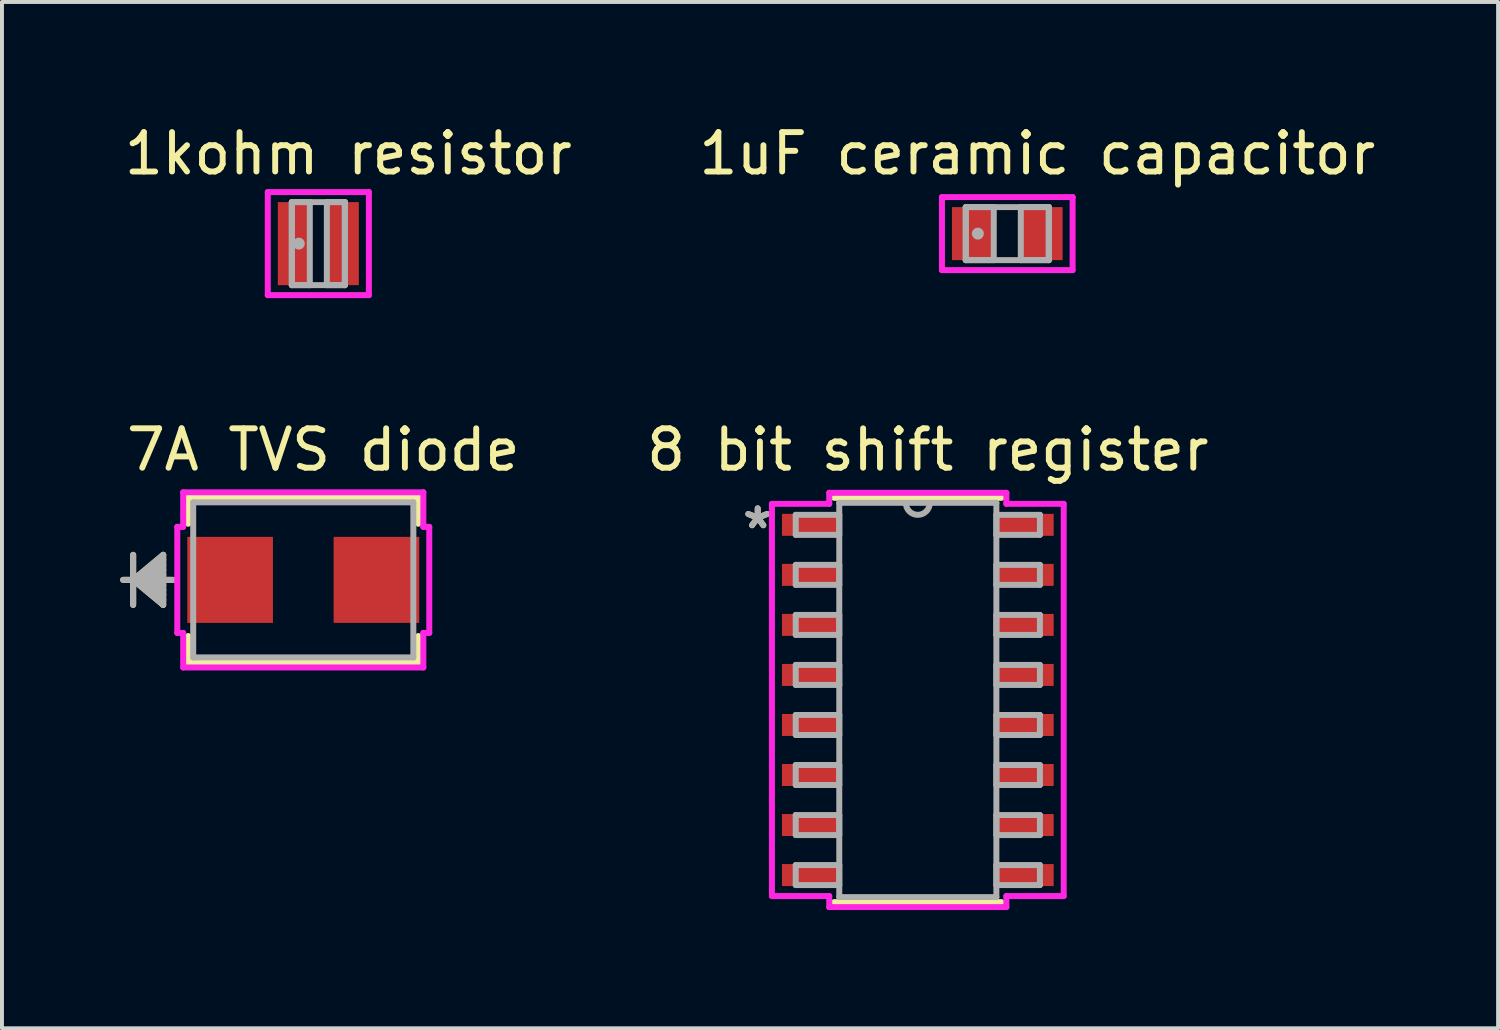
<source format=kicad_pcb>
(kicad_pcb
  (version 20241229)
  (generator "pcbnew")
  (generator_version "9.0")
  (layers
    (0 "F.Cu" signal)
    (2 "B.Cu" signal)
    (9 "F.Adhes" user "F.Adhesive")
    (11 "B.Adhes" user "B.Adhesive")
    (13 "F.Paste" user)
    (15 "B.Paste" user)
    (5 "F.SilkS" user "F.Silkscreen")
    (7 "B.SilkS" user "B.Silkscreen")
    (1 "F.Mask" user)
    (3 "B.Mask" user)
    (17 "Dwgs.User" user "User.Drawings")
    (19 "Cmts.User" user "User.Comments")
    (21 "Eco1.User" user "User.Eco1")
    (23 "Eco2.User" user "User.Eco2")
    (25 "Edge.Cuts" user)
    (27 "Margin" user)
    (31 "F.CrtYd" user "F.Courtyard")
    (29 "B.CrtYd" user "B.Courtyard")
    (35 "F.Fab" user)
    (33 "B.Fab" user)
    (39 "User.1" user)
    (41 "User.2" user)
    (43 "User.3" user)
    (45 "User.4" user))
  (footprint "1kohm resistor"
    (layer "F.Cu")
    (at 5.03 3.134)
    (property "Reference" "1kohm resistor" (at 0.762 -2.286 0) (layer "F.SilkS") (effects (font (size 1 1) (thickness 0.15))))
    (attr through_hole)
    (fp_line (start -1.283 -1.308) (end 1.283 -1.308) (stroke (width 0.152) (type solid)) (layer "F.CrtYd"))
    (fp_line (start -1.283 1.308) (end -1.283 -1.308) (stroke (width 0.152) (type solid)) (layer "F.CrtYd"))
    (fp_line (start 1.283 -1.308) (end 1.283 1.308) (stroke (width 0.152) (type solid)) (layer "F.CrtYd"))
    (fp_line (start 1.283 1.308) (end -1.283 1.308) (stroke (width 0.152) (type solid)) (layer "F.CrtYd"))
    (fp_line (start -0.673 -1.054) (end -0.673 1.054) (stroke (width 0.152) (type solid)) (layer "F.Fab"))
    (fp_line (start -0.673 -1.054) (end -0.673 1.054) (stroke (width 0.152) (type solid)) (layer "F.Fab"))
    (fp_line (start -0.673 1.054) (end -0.216 1.054) (stroke (width 0.152) (type solid)) (layer "F.Fab"))
    (fp_line (start -0.673 1.054) (end 0.673 1.054) (stroke (width 0.152) (type solid)) (layer "F.Fab"))
    (fp_line (start -0.216 -1.054) (end -0.673 -1.054) (stroke (width 0.152) (type solid)) (layer "F.Fab"))
    (fp_line (start -0.216 1.054) (end -0.216 -1.054) (stroke (width 0.152) (type solid)) (layer "F.Fab"))
    (fp_line (start 0.216 -1.054) (end 0.216 1.054) (stroke (width 0.152) (type solid)) (layer "F.Fab"))
    (fp_line (start 0.216 1.054) (end 0.673 1.054) (stroke (width 0.152) (type solid)) (layer "F.Fab"))
    (fp_line (start 0.673 -1.054) (end -0.673 -1.054) (stroke (width 0.152) (type solid)) (layer "F.Fab"))
    (fp_line (start 0.673 -1.054) (end 0.216 -1.054) (stroke (width 0.152) (type solid)) (layer "F.Fab"))
    (fp_line (start 0.673 1.054) (end 0.673 -1.054) (stroke (width 0.152) (type solid)) (layer "F.Fab"))
    (fp_line (start 0.673 1.054) (end 0.673 -1.054) (stroke (width 0.152) (type solid)) (layer "F.Fab"))
    (fp_circle (center -0.495 0) (end -0.419 0) (stroke (width 0.152) (type solid)) (fill no) (layer "F.Fab"))
    (pad "1" smd rect (at -0.622 0) (size 0.813 2.108) (layers "F.Cu" "F.Mask" "F.Paste"))
    (pad "2" smd rect (at 0.622 0) (size 0.813 2.108) (layers "F.Cu" "F.Mask" "F.Paste")))
  (footprint "7A TVS diode"
    (layer "F.Cu")
    (at 4.648 11.669)
    (property "Reference" "7A TVS diode" (at 0.508 -3.302 0) (layer "F.SilkS") (effects (font (size 1 1) (thickness 0.15))))
    (attr through_hole)
    (fp_line (start -4.318 -0.635) (end -4.318 0.635) (stroke (width 0.152) (type solid)) (layer "F.SilkS"))
    (fp_line (start -4.318 0) (end -3.556 -0.635) (stroke (width 0.152) (type solid)) (layer "F.SilkS"))
    (fp_line (start -4.318 0) (end -3.556 -0.508) (stroke (width 0.152) (type solid)) (layer "F.SilkS"))
    (fp_line (start -4.318 0) (end -3.556 -0.381) (stroke (width 0.152) (type solid)) (layer "F.SilkS"))
    (fp_line (start -4.318 0) (end -3.556 -0.254) (stroke (width 0.152) (type solid)) (layer "F.SilkS"))
    (fp_line (start -4.318 0) (end -3.556 -0.127) (stroke (width 0.152) (type solid)) (layer "F.SilkS"))
    (fp_line (start -4.318 0) (end -3.556 0.127) (stroke (width 0.152) (type solid)) (layer "F.SilkS"))
    (fp_line (start -4.318 0) (end -3.556 0.254) (stroke (width 0.152) (type solid)) (layer "F.SilkS"))
    (fp_line (start -4.318 0) (end -3.556 0.381) (stroke (width 0.152) (type solid)) (layer "F.SilkS"))
    (fp_line (start -4.318 0) (end -3.556 0.508) (stroke (width 0.152) (type solid)) (layer "F.SilkS"))
    (fp_line (start -4.318 0) (end -3.556 0.635) (stroke (width 0.152) (type solid)) (layer "F.SilkS"))
    (fp_line (start -3.556 -0.635) (end -3.556 0.635) (stroke (width 0.152) (type solid)) (layer "F.SilkS"))
    (fp_line (start -3.302 0) (end -4.572 0) (stroke (width 0.152) (type solid)) (layer "F.SilkS"))
    (fp_line (start -2.921 -2.095) (end -2.921 -1.425) (stroke (width 0.152) (type solid)) (layer "F.SilkS"))
    (fp_line (start -2.921 1.425) (end -2.921 2.095) (stroke (width 0.152) (type solid)) (layer "F.SilkS"))
    (fp_line (start -2.921 2.095) (end 2.921 2.095) (stroke (width 0.152) (type solid)) (layer "F.SilkS"))
    (fp_line (start 2.921 -2.095) (end -2.921 -2.095) (stroke (width 0.152) (type solid)) (layer "F.SilkS"))
    (fp_line (start 2.921 -1.425) (end 2.921 -2.095) (stroke (width 0.152) (type solid)) (layer "F.SilkS"))
    (fp_line (start 2.921 2.095) (end 2.921 1.425) (stroke (width 0.152) (type solid)) (layer "F.SilkS"))
    (fp_line (start -3.198 -1.346) (end -3.048 -1.346) (stroke (width 0.152) (type solid)) (layer "F.CrtYd"))
    (fp_line (start -3.198 1.346) (end -3.198 -1.346) (stroke (width 0.152) (type solid)) (layer "F.CrtYd"))
    (fp_line (start -3.048 -2.223) (end 3.048 -2.223) (stroke (width 0.152) (type solid)) (layer "F.CrtYd"))
    (fp_line (start -3.048 -1.346) (end -3.048 -2.223) (stroke (width 0.152) (type solid)) (layer "F.CrtYd"))
    (fp_line (start -3.048 1.346) (end -3.198 1.346) (stroke (width 0.152) (type solid)) (layer "F.CrtYd"))
    (fp_line (start -3.048 2.223) (end -3.048 1.346) (stroke (width 0.152) (type solid)) (layer "F.CrtYd"))
    (fp_line (start 3.048 -2.223) (end 3.048 -1.346) (stroke (width 0.152) (type solid)) (layer "F.CrtYd"))
    (fp_line (start 3.048 -1.346) (end 3.198 -1.346) (stroke (width 0.152) (type solid)) (layer "F.CrtYd"))
    (fp_line (start 3.048 1.346) (end 3.048 2.223) (stroke (width 0.152) (type solid)) (layer "F.CrtYd"))
    (fp_line (start 3.048 2.223) (end -3.048 2.223) (stroke (width 0.152) (type solid)) (layer "F.CrtYd"))
    (fp_line (start 3.198 -1.346) (end 3.198 1.346) (stroke (width 0.152) (type solid)) (layer "F.CrtYd"))
    (fp_line (start 3.198 1.346) (end 3.048 1.346) (stroke (width 0.152) (type solid)) (layer "F.CrtYd"))
    (fp_line (start -4.318 -0.635) (end -4.318 0.635) (stroke (width 0.152) (type solid)) (layer "F.Fab"))
    (fp_line (start -4.318 0) (end -3.556 -0.635) (stroke (width 0.152) (type solid)) (layer "F.Fab"))
    (fp_line (start -4.318 0) (end -3.556 -0.508) (stroke (width 0.152) (type solid)) (layer "F.Fab"))
    (fp_line (start -4.318 0) (end -3.556 -0.381) (stroke (width 0.152) (type solid)) (layer "F.Fab"))
    (fp_line (start -4.318 0) (end -3.556 -0.254) (stroke (width 0.152) (type solid)) (layer "F.Fab"))
    (fp_line (start -4.318 0) (end -3.556 -0.127) (stroke (width 0.152) (type solid)) (layer "F.Fab"))
    (fp_line (start -4.318 0) (end -3.556 0.127) (stroke (width 0.152) (type solid)) (layer "F.Fab"))
    (fp_line (start -4.318 0) (end -3.556 0.254) (stroke (width 0.152) (type solid)) (layer "F.Fab"))
    (fp_line (start -4.318 0) (end -3.556 0.381) (stroke (width 0.152) (type solid)) (layer "F.Fab"))
    (fp_line (start -4.318 0) (end -3.556 0.508) (stroke (width 0.152) (type solid)) (layer "F.Fab"))
    (fp_line (start -4.318 0) (end -3.556 0.635) (stroke (width 0.152) (type solid)) (layer "F.Fab"))
    (fp_line (start -3.556 -0.635) (end -3.556 0.635) (stroke (width 0.152) (type solid)) (layer "F.Fab"))
    (fp_line (start -3.302 0) (end -4.572 0) (stroke (width 0.152) (type solid)) (layer "F.Fab"))
    (fp_line (start -2.794 -1.968) (end -2.794 1.968) (stroke (width 0.152) (type solid)) (layer "F.Fab"))
    (fp_line (start -2.794 1.968) (end 2.794 1.968) (stroke (width 0.152) (type solid)) (layer "F.Fab"))
    (fp_line (start 2.794 -1.968) (end -2.794 -1.968) (stroke (width 0.152) (type solid)) (layer "F.Fab"))
    (fp_line (start 2.794 1.968) (end 2.794 -1.968) (stroke (width 0.152) (type solid)) (layer "F.Fab"))
    (pad "1" smd rect (at -1.857 0 90) (size 2.184 2.174) (layers "F.Cu" "F.Mask" "F.Paste"))
    (pad "2" smd rect (at 1.857 0 90) (size 2.184 2.174) (layers "F.Cu" "F.Mask" "F.Paste")))
  (footprint "1uF ceramic capacitor"
    (layer "F.Cu")
    (at 22.518 2.88)
    (property "Reference" "1uF ceramic capacitor" (at 0.762 -2.032 0) (layer "F.SilkS") (effects (font (size 1 1) (thickness 0.15))))
    (attr through_hole)
    (fp_line (start -1.658 -0.927) (end 1.658 -0.927) (stroke (width 0.152) (type solid)) (layer "F.CrtYd"))
    (fp_line (start -1.658 0.927) (end -1.658 -0.927) (stroke (width 0.152) (type solid)) (layer "F.CrtYd"))
    (fp_line (start 1.658 -0.927) (end 1.658 0.927) (stroke (width 0.152) (type solid)) (layer "F.CrtYd"))
    (fp_line (start 1.658 0.927) (end -1.658 0.927) (stroke (width 0.152) (type solid)) (layer "F.CrtYd"))
    (fp_line (start -1.054 -0.673) (end -1.054 0.673) (stroke (width 0.152) (type solid)) (layer "F.Fab"))
    (fp_line (start -1.054 -0.673) (end -1.054 0.673) (stroke (width 0.152) (type solid)) (layer "F.Fab"))
    (fp_line (start -1.054 0.673) (end -0.343 0.673) (stroke (width 0.152) (type solid)) (layer "F.Fab"))
    (fp_line (start -1.054 0.673) (end 1.054 0.673) (stroke (width 0.152) (type solid)) (layer "F.Fab"))
    (fp_line (start -0.343 -0.673) (end -1.054 -0.673) (stroke (width 0.152) (type solid)) (layer "F.Fab"))
    (fp_line (start -0.343 0.673) (end -0.343 -0.673) (stroke (width 0.152) (type solid)) (layer "F.Fab"))
    (fp_line (start 0.343 -0.673) (end 0.343 0.673) (stroke (width 0.152) (type solid)) (layer "F.Fab"))
    (fp_line (start 0.343 0.673) (end 1.054 0.673) (stroke (width 0.152) (type solid)) (layer "F.Fab"))
    (fp_line (start 1.054 -0.673) (end -1.054 -0.673) (stroke (width 0.152) (type solid)) (layer "F.Fab"))
    (fp_line (start 1.054 -0.673) (end 0.343 -0.673) (stroke (width 0.152) (type solid)) (layer "F.Fab"))
    (fp_line (start 1.054 0.673) (end 1.054 -0.673) (stroke (width 0.152) (type solid)) (layer "F.Fab"))
    (fp_line (start 1.054 0.673) (end 1.054 -0.673) (stroke (width 0.152) (type solid)) (layer "F.Fab"))
    (fp_circle (center -0.747 0) (end -0.67 0) (stroke (width 0.152) (type solid)) (fill no) (layer "F.Fab"))
    (pad "1" smd rect (at -0.874 0) (size 1.061 1.346) (layers "F.Cu" "F.Mask" "F.Paste"))
    (pad "2" smd rect (at 0.874 0) (size 1.061 1.346) (layers "F.Cu" "F.Mask" "F.Paste")))
  (footprint "8 bit shift register"
    (layer "F.Cu")
    (at 20.247 14.717)
    (property "Reference" "8 bit shift register" (at 0.254 -6.35 0) (layer "F.SilkS") (effects (font (size 1 1) (thickness 0.15))))
    (attr through_hole)
    (fp_line (start -2.121 5.131) (end 2.121 5.131) (stroke (width 0.152) (type solid)) (layer "F.SilkS"))
    (fp_line (start 2.121 -5.131) (end -2.121 -5.131) (stroke (width 0.152) (type solid)) (layer "F.SilkS"))
    (fp_line (start -3.703 -4.978) (end -2.248 -4.978) (stroke (width 0.152) (type solid)) (layer "F.CrtYd"))
    (fp_line (start -3.703 4.978) (end -3.703 -4.978) (stroke (width 0.152) (type solid)) (layer "F.CrtYd"))
    (fp_line (start -3.703 4.978) (end -2.248 4.978) (stroke (width 0.152) (type solid)) (layer "F.CrtYd"))
    (fp_line (start -2.248 -5.258) (end 2.248 -5.258) (stroke (width 0.152) (type solid)) (layer "F.CrtYd"))
    (fp_line (start -2.248 -4.978) (end -2.248 -5.258) (stroke (width 0.152) (type solid)) (layer "F.CrtYd"))
    (fp_line (start -2.248 5.258) (end -2.248 4.978) (stroke (width 0.152) (type solid)) (layer "F.CrtYd"))
    (fp_line (start 2.248 -5.258) (end 2.248 -4.978) (stroke (width 0.152) (type solid)) (layer "F.CrtYd"))
    (fp_line (start 2.248 4.978) (end 2.248 5.258) (stroke (width 0.152) (type solid)) (layer "F.CrtYd"))
    (fp_line (start 2.248 5.258) (end -2.248 5.258) (stroke (width 0.152) (type solid)) (layer "F.CrtYd"))
    (fp_line (start 3.703 -4.978) (end 2.248 -4.978) (stroke (width 0.152) (type solid)) (layer "F.CrtYd"))
    (fp_line (start 3.703 -4.978) (end 3.703 4.978) (stroke (width 0.152) (type solid)) (layer "F.CrtYd"))
    (fp_line (start 3.703 4.978) (end 2.248 4.978) (stroke (width 0.152) (type solid)) (layer "F.CrtYd"))
    (fp_line (start -3.099 -4.699) (end -3.099 -4.191) (stroke (width 0.152) (type solid)) (layer "F.Fab"))
    (fp_line (start -3.099 -4.191) (end -1.994 -4.191) (stroke (width 0.152) (type solid)) (layer "F.Fab"))
    (fp_line (start -3.099 -3.429) (end -3.099 -2.921) (stroke (width 0.152) (type solid)) (layer "F.Fab"))
    (fp_line (start -3.099 -2.921) (end -1.994 -2.921) (stroke (width 0.152) (type solid)) (layer "F.Fab"))
    (fp_line (start -3.099 -2.159) (end -3.099 -1.651) (stroke (width 0.152) (type solid)) (layer "F.Fab"))
    (fp_line (start -3.099 -1.651) (end -1.994 -1.651) (stroke (width 0.152) (type solid)) (layer "F.Fab"))
    (fp_line (start -3.099 -0.889) (end -3.099 -0.381) (stroke (width 0.152) (type solid)) (layer "F.Fab"))
    (fp_line (start -3.099 -0.381) (end -1.994 -0.381) (stroke (width 0.152) (type solid)) (layer "F.Fab"))
    (fp_line (start -3.099 0.381) (end -3.099 0.889) (stroke (width 0.152) (type solid)) (layer "F.Fab"))
    (fp_line (start -3.099 0.889) (end -1.994 0.889) (stroke (width 0.152) (type solid)) (layer "F.Fab"))
    (fp_line (start -3.099 1.651) (end -3.099 2.159) (stroke (width 0.152) (type solid)) (layer "F.Fab"))
    (fp_line (start -3.099 2.159) (end -1.994 2.159) (stroke (width 0.152) (type solid)) (layer "F.Fab"))
    (fp_line (start -3.099 2.921) (end -3.099 3.429) (stroke (width 0.152) (type solid)) (layer "F.Fab"))
    (fp_line (start -3.099 3.429) (end -1.994 3.429) (stroke (width 0.152) (type solid)) (layer "F.Fab"))
    (fp_line (start -3.099 4.191) (end -3.099 4.699) (stroke (width 0.152) (type solid)) (layer "F.Fab"))
    (fp_line (start -3.099 4.699) (end -1.994 4.699) (stroke (width 0.152) (type solid)) (layer "F.Fab"))
    (fp_line (start -1.994 -5.004) (end -1.994 5.004) (stroke (width 0.152) (type solid)) (layer "F.Fab"))
    (fp_line (start -1.994 -4.699) (end -3.099 -4.699) (stroke (width 0.152) (type solid)) (layer "F.Fab"))
    (fp_line (start -1.994 -4.191) (end -1.994 -4.699) (stroke (width 0.152) (type solid)) (layer "F.Fab"))
    (fp_line (start -1.994 -3.429) (end -3.099 -3.429) (stroke (width 0.152) (type solid)) (layer "F.Fab"))
    (fp_line (start -1.994 -2.921) (end -1.994 -3.429) (stroke (width 0.152) (type solid)) (layer "F.Fab"))
    (fp_line (start -1.994 -2.159) (end -3.099 -2.159) (stroke (width 0.152) (type solid)) (layer "F.Fab"))
    (fp_line (start -1.994 -1.651) (end -1.994 -2.159) (stroke (width 0.152) (type solid)) (layer "F.Fab"))
    (fp_line (start -1.994 -0.889) (end -3.099 -0.889) (stroke (width 0.152) (type solid)) (layer "F.Fab"))
    (fp_line (start -1.994 -0.381) (end -1.994 -0.889) (stroke (width 0.152) (type solid)) (layer "F.Fab"))
    (fp_line (start -1.994 0.381) (end -3.099 0.381) (stroke (width 0.152) (type solid)) (layer "F.Fab"))
    (fp_line (start -1.994 0.889) (end -1.994 0.381) (stroke (width 0.152) (type solid)) (layer "F.Fab"))
    (fp_line (start -1.994 1.651) (end -3.099 1.651) (stroke (width 0.152) (type solid)) (layer "F.Fab"))
    (fp_line (start -1.994 2.159) (end -1.994 1.651) (stroke (width 0.152) (type solid)) (layer "F.Fab"))
    (fp_line (start -1.994 2.921) (end -3.099 2.921) (stroke (width 0.152) (type solid)) (layer "F.Fab"))
    (fp_line (start -1.994 3.429) (end -1.994 2.921) (stroke (width 0.152) (type solid)) (layer "F.Fab"))
    (fp_line (start -1.994 4.191) (end -3.099 4.191) (stroke (width 0.152) (type solid)) (layer "F.Fab"))
    (fp_line (start -1.994 4.699) (end -1.994 4.191) (stroke (width 0.152) (type solid)) (layer "F.Fab"))
    (fp_line (start -1.994 5.004) (end 1.994 5.004) (stroke (width 0.152) (type solid)) (layer "F.Fab"))
    (fp_line (start 1.994 -5.004) (end -1.994 -5.004) (stroke (width 0.152) (type solid)) (layer "F.Fab"))
    (fp_line (start 1.994 -4.699) (end 1.994 -4.191) (stroke (width 0.152) (type solid)) (layer "F.Fab"))
    (fp_line (start 1.994 -4.191) (end 3.099 -4.191) (stroke (width 0.152) (type solid)) (layer "F.Fab"))
    (fp_line (start 1.994 -3.429) (end 1.994 -2.921) (stroke (width 0.152) (type solid)) (layer "F.Fab"))
    (fp_line (start 1.994 -2.921) (end 3.099 -2.921) (stroke (width 0.152) (type solid)) (layer "F.Fab"))
    (fp_line (start 1.994 -2.159) (end 1.994 -1.651) (stroke (width 0.152) (type solid)) (layer "F.Fab"))
    (fp_line (start 1.994 -1.651) (end 3.099 -1.651) (stroke (width 0.152) (type solid)) (layer "F.Fab"))
    (fp_line (start 1.994 -0.889) (end 1.994 -0.381) (stroke (width 0.152) (type solid)) (layer "F.Fab"))
    (fp_line (start 1.994 -0.381) (end 3.099 -0.381) (stroke (width 0.152) (type solid)) (layer "F.Fab"))
    (fp_line (start 1.994 0.381) (end 1.994 0.889) (stroke (width 0.152) (type solid)) (layer "F.Fab"))
    (fp_line (start 1.994 0.889) (end 3.099 0.889) (stroke (width 0.152) (type solid)) (layer "F.Fab"))
    (fp_line (start 1.994 1.651) (end 1.994 2.159) (stroke (width 0.152) (type solid)) (layer "F.Fab"))
    (fp_line (start 1.994 2.159) (end 3.099 2.159) (stroke (width 0.152) (type solid)) (layer "F.Fab"))
    (fp_line (start 1.994 2.921) (end 1.994 3.429) (stroke (width 0.152) (type solid)) (layer "F.Fab"))
    (fp_line (start 1.994 3.429) (end 3.099 3.429) (stroke (width 0.152) (type solid)) (layer "F.Fab"))
    (fp_line (start 1.994 4.191) (end 1.994 4.699) (stroke (width 0.152) (type solid)) (layer "F.Fab"))
    (fp_line (start 1.994 4.699) (end 3.099 4.699) (stroke (width 0.152) (type solid)) (layer "F.Fab"))
    (fp_line (start 1.994 5.004) (end 1.994 -5.004) (stroke (width 0.152) (type solid)) (layer "F.Fab"))
    (fp_line (start 3.099 -4.699) (end 1.994 -4.699) (stroke (width 0.152) (type solid)) (layer "F.Fab"))
    (fp_line (start 3.099 -4.191) (end 3.099 -4.699) (stroke (width 0.152) (type solid)) (layer "F.Fab"))
    (fp_line (start 3.099 -3.429) (end 1.994 -3.429) (stroke (width 0.152) (type solid)) (layer "F.Fab"))
    (fp_line (start 3.099 -2.921) (end 3.099 -3.429) (stroke (width 0.152) (type solid)) (layer "F.Fab"))
    (fp_line (start 3.099 -2.159) (end 1.994 -2.159) (stroke (width 0.152) (type solid)) (layer "F.Fab"))
    (fp_line (start 3.099 -1.651) (end 3.099 -2.159) (stroke (width 0.152) (type solid)) (layer "F.Fab"))
    (fp_line (start 3.099 -0.889) (end 1.994 -0.889) (stroke (width 0.152) (type solid)) (layer "F.Fab"))
    (fp_line (start 3.099 -0.381) (end 3.099 -0.889) (stroke (width 0.152) (type solid)) (layer "F.Fab"))
    (fp_line (start 3.099 0.381) (end 1.994 0.381) (stroke (width 0.152) (type solid)) (layer "F.Fab"))
    (fp_line (start 3.099 0.889) (end 3.099 0.381) (stroke (width 0.152) (type solid)) (layer "F.Fab"))
    (fp_line (start 3.099 1.651) (end 1.994 1.651) (stroke (width 0.152) (type solid)) (layer "F.Fab"))
    (fp_line (start 3.099 2.159) (end 3.099 1.651) (stroke (width 0.152) (type solid)) (layer "F.Fab"))
    (fp_line (start 3.099 2.921) (end 1.994 2.921) (stroke (width 0.152) (type solid)) (layer "F.Fab"))
    (fp_line (start 3.099 3.429) (end 3.099 2.921) (stroke (width 0.152) (type solid)) (layer "F.Fab"))
    (fp_line (start 3.099 4.191) (end 1.994 4.191) (stroke (width 0.152) (type solid)) (layer "F.Fab"))
    (fp_line (start 3.099 4.699) (end 3.099 4.191) (stroke (width 0.152) (type solid)) (layer "F.Fab"))
    (fp_arc (start 0.3048 -5.0038) (mid 0 -4.699) (end -0.3048 -5.0038) (stroke (width 0.1524) (type solid)) (layer "F.Fab"))
    (fp_text user "*" (at -4.064 -4.318 0) (layer "F.SilkS") (effects (font (size 1 1) (thickness 0.15))))
    (fp_text user "*" (at -4.064 -4.318 0) (layer "F.Fab") (effects (font (size 1 1) (thickness 0.15))))
    (pad "1" smd rect (at -2.721 -4.445) (size 1.455 0.558) (layers "F.Cu" "F.Mask" "F.Paste"))
    (pad "2" smd rect (at -2.721 -3.175) (size 1.455 0.558) (layers "F.Cu" "F.Mask" "F.Paste"))
    (pad "3" smd rect (at -2.721 -1.905) (size 1.455 0.558) (layers "F.Cu" "F.Mask" "F.Paste"))
    (pad "4" smd rect (at -2.721 -0.635) (size 1.455 0.558) (layers "F.Cu" "F.Mask" "F.Paste"))
    (pad "5" smd rect (at -2.721 0.635) (size 1.455 0.558) (layers "F.Cu" "F.Mask" "F.Paste"))
    (pad "6" smd rect (at -2.721 1.905) (size 1.455 0.558) (layers "F.Cu" "F.Mask" "F.Paste"))
    (pad "7" smd rect (at -2.721 3.175) (size 1.455 0.558) (layers "F.Cu" "F.Mask" "F.Paste"))
    (pad "8" smd rect (at -2.721 4.445) (size 1.455 0.558) (layers "F.Cu" "F.Mask" "F.Paste"))
    (pad "9" smd rect (at 2.721 4.445) (size 1.455 0.558) (layers "F.Cu" "F.Mask" "F.Paste"))
    (pad "10" smd rect (at 2.721 3.175) (size 1.455 0.558) (layers "F.Cu" "F.Mask" "F.Paste"))
    (pad "11" smd rect (at 2.721 1.905) (size 1.455 0.558) (layers "F.Cu" "F.Mask" "F.Paste"))
    (pad "12" smd rect (at 2.721 0.635) (size 1.455 0.558) (layers "F.Cu" "F.Mask" "F.Paste"))
    (pad "13" smd rect (at 2.721 -0.635) (size 1.455 0.558) (layers "F.Cu" "F.Mask" "F.Paste"))
    (pad "14" smd rect (at 2.721 -1.905) (size 1.455 0.558) (layers "F.Cu" "F.Mask" "F.Paste"))
    (pad "15" smd rect (at 2.721 -3.175) (size 1.455 0.558) (layers "F.Cu" "F.Mask" "F.Paste"))
    (pad "16" smd rect (at 2.721 -4.445) (size 1.455 0.558) (layers "F.Cu" "F.Mask" "F.Paste")))
  (gr_rect
    (start -3 -3)
    (end 34.976 23.051)
    (stroke (width 0.1) (type default))
    (fill no)
    (layer "Edge.Cuts")))
</source>
